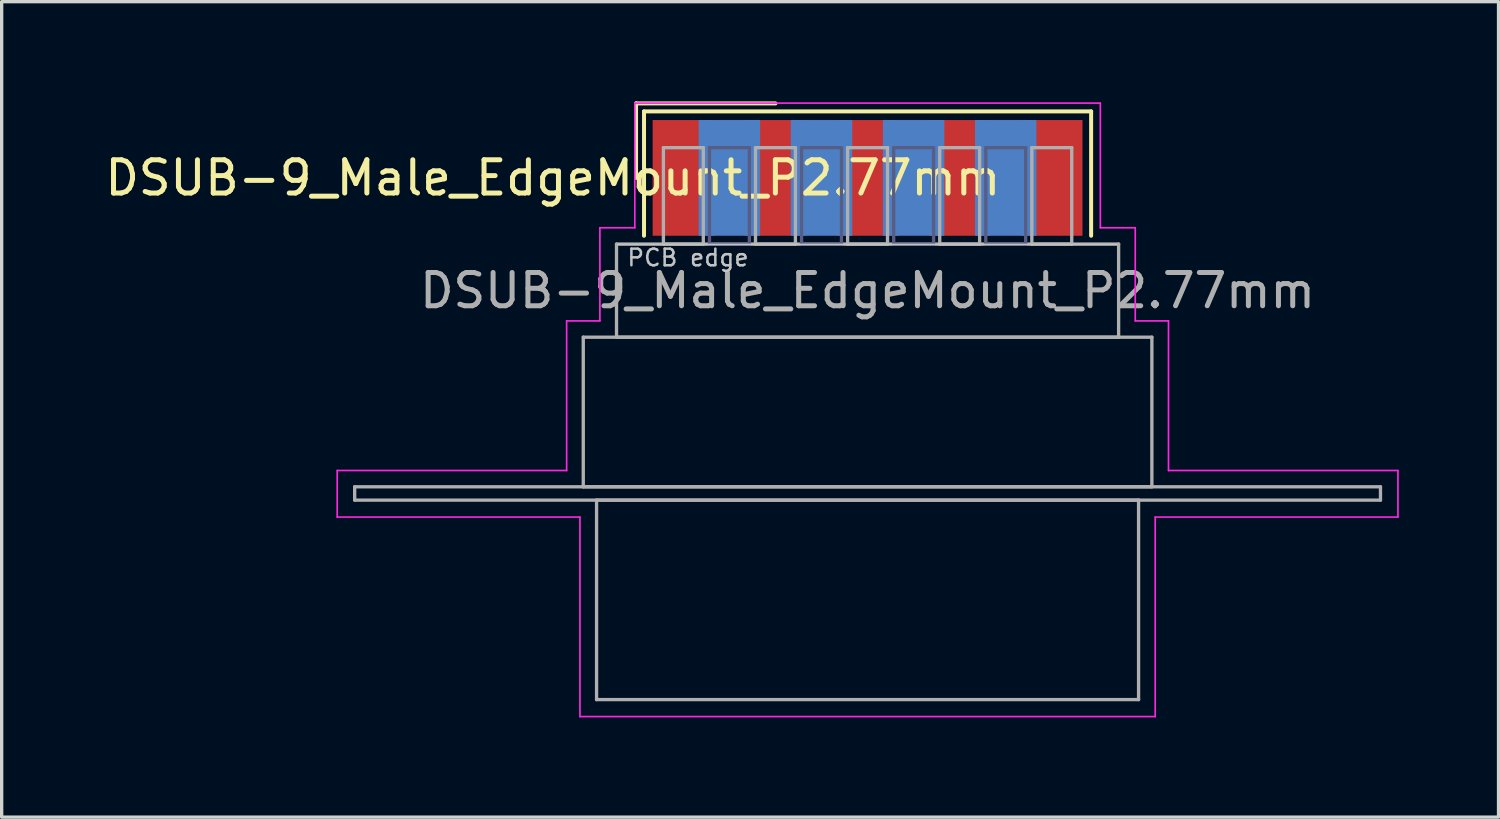
<source format=kicad_pcb>
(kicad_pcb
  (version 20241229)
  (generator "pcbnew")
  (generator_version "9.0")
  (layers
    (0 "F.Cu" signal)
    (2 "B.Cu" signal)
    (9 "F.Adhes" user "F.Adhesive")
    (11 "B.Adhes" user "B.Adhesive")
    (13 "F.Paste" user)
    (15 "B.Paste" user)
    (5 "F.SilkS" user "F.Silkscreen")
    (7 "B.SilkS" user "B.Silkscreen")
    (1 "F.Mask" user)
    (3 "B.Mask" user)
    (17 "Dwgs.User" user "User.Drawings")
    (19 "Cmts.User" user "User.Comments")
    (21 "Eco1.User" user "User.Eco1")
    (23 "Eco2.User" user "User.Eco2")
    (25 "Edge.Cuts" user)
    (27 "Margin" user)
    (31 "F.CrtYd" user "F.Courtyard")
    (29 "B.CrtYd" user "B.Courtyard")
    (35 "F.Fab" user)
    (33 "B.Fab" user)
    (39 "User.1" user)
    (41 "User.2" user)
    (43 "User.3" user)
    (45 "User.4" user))
  (footprint "DSUB-9_Male_EdgeMount_P2.77mm"
    (layer "F.Cu")
    (at 23.041 2.3)
    (property "Reference" "DSUB-9_Male_EdgeMount_P2.77mm" (at -9.463 0 0) (layer "F.SilkS") (effects (font (size 1 1) (thickness 0.15))))
    (attr smd)
    (fp_line (start -6.963 -2.24) (end -2.77 -2.24) (stroke (width 0.12) (type solid)) (layer "F.SilkS"))
    (fp_line (start -6.963 0) (end -6.963 -2.24) (stroke (width 0.12) (type solid)) (layer "F.SilkS"))
    (fp_line (start -6.723 -2) (end -6.723 1.74) (stroke (width 0.12) (type solid)) (layer "F.SilkS"))
    (fp_line (start 6.723 -2) (end -6.723 -2) (stroke (width 0.12) (type solid)) (layer "F.SilkS"))
    (fp_line (start 6.723 1.74) (end 6.723 -2) (stroke (width 0.12) (type solid)) (layer "F.SilkS"))
    (fp_line (start -7.5 2) (end 7.5 2) (stroke (width 0.05) (type solid)) (layer "Dwgs.User"))
    (fp_line (start -15.95 8.8) (end -9.05 8.8) (stroke (width 0.05) (type solid)) (layer "F.CrtYd"))
    (fp_line (start -15.95 10.2) (end -15.95 8.8) (stroke (width 0.05) (type solid)) (layer "F.CrtYd"))
    (fp_line (start -9.05 4.3) (end -8.05 4.3) (stroke (width 0.05) (type solid)) (layer "F.CrtYd"))
    (fp_line (start -9.05 8.8) (end -9.05 4.3) (stroke (width 0.05) (type solid)) (layer "F.CrtYd"))
    (fp_line (start -8.65 10.2) (end -15.95 10.2) (stroke (width 0.05) (type solid)) (layer "F.CrtYd"))
    (fp_line (start -8.65 16.2) (end -8.65 10.2) (stroke (width 0.05) (type solid)) (layer "F.CrtYd"))
    (fp_line (start -8.05 1.5) (end -7 1.5) (stroke (width 0.05) (type solid)) (layer "F.CrtYd"))
    (fp_line (start -8.05 4.3) (end -8.05 1.5) (stroke (width 0.05) (type solid)) (layer "F.CrtYd"))
    (fp_line (start -7 -2.25) (end 7 -2.25) (stroke (width 0.05) (type solid)) (layer "F.CrtYd"))
    (fp_line (start -7 1.5) (end -7 -2.25) (stroke (width 0.05) (type solid)) (layer "F.CrtYd"))
    (fp_line (start 7 -2.25) (end 7 1.5) (stroke (width 0.05) (type solid)) (layer "F.CrtYd"))
    (fp_line (start 7 1.5) (end 8.05 1.5) (stroke (width 0.05) (type solid)) (layer "F.CrtYd"))
    (fp_line (start 8.05 1.5) (end 8.05 4.3) (stroke (width 0.05) (type solid)) (layer "F.CrtYd"))
    (fp_line (start 8.05 4.3) (end 9.05 4.3) (stroke (width 0.05) (type solid)) (layer "F.CrtYd"))
    (fp_line (start 8.65 10.2) (end 8.65 16.2) (stroke (width 0.05) (type solid)) (layer "F.CrtYd"))
    (fp_line (start 8.65 16.2) (end -8.65 16.2) (stroke (width 0.05) (type solid)) (layer "F.CrtYd"))
    (fp_line (start 9.05 4.3) (end 9.05 8.8) (stroke (width 0.05) (type solid)) (layer "F.CrtYd"))
    (fp_line (start 9.05 8.8) (end 15.95 8.8) (stroke (width 0.05) (type solid)) (layer "F.CrtYd"))
    (fp_line (start 15.95 8.8) (end 15.95 10.2) (stroke (width 0.05) (type solid)) (layer "F.CrtYd"))
    (fp_line (start 15.95 10.2) (end 8.65 10.2) (stroke (width 0.05) (type solid)) (layer "F.CrtYd"))
    (fp_line (start -4.755 -0.91) (end -4.755 1.99) (stroke (width 0.1) (type solid)) (layer "B.Fab"))
    (fp_line (start -4.755 1.99) (end -3.555 1.99) (stroke (width 0.1) (type solid)) (layer "B.Fab"))
    (fp_line (start -3.555 -0.91) (end -4.755 -0.91) (stroke (width 0.1) (type solid)) (layer "B.Fab"))
    (fp_line (start -3.555 1.99) (end -3.555 -0.91) (stroke (width 0.1) (type solid)) (layer "B.Fab"))
    (fp_line (start -1.985 -0.91) (end -1.985 1.99) (stroke (width 0.1) (type solid)) (layer "B.Fab"))
    (fp_line (start -1.985 1.99) (end -0.785 1.99) (stroke (width 0.1) (type solid)) (layer "B.Fab"))
    (fp_line (start -0.785 -0.91) (end -1.985 -0.91) (stroke (width 0.1) (type solid)) (layer "B.Fab"))
    (fp_line (start -0.785 1.99) (end -0.785 -0.91) (stroke (width 0.1) (type solid)) (layer "B.Fab"))
    (fp_line (start 0.785 -0.91) (end 0.785 1.99) (stroke (width 0.1) (type solid)) (layer "B.Fab"))
    (fp_line (start 0.785 1.99) (end 1.985 1.99) (stroke (width 0.1) (type solid)) (layer "B.Fab"))
    (fp_line (start 1.985 -0.91) (end 0.785 -0.91) (stroke (width 0.1) (type solid)) (layer "B.Fab"))
    (fp_line (start 1.985 1.99) (end 1.985 -0.91) (stroke (width 0.1) (type solid)) (layer "B.Fab"))
    (fp_line (start 3.555 -0.91) (end 3.555 1.99) (stroke (width 0.1) (type solid)) (layer "B.Fab"))
    (fp_line (start 3.555 1.99) (end 4.755 1.99) (stroke (width 0.1) (type solid)) (layer "B.Fab"))
    (fp_line (start 4.755 -0.91) (end 3.555 -0.91) (stroke (width 0.1) (type solid)) (layer "B.Fab"))
    (fp_line (start 4.755 1.99) (end 4.755 -0.91) (stroke (width 0.1) (type solid)) (layer "B.Fab"))
    (fp_line (start -15.425 9.29) (end -15.425 9.69) (stroke (width 0.1) (type solid)) (layer "F.Fab"))
    (fp_line (start -15.425 9.69) (end 15.425 9.69) (stroke (width 0.1) (type solid)) (layer "F.Fab"))
    (fp_line (start -8.55 4.79) (end -8.55 9.29) (stroke (width 0.1) (type solid)) (layer "F.Fab"))
    (fp_line (start -8.55 9.29) (end 8.55 9.29) (stroke (width 0.1) (type solid)) (layer "F.Fab"))
    (fp_line (start -8.15 9.69) (end -8.15 15.69) (stroke (width 0.1) (type solid)) (layer "F.Fab"))
    (fp_line (start -8.15 15.69) (end 8.15 15.69) (stroke (width 0.1) (type solid)) (layer "F.Fab"))
    (fp_line (start -7.55 1.99) (end -7.55 4.79) (stroke (width 0.1) (type solid)) (layer "F.Fab"))
    (fp_line (start -7.55 4.79) (end 7.55 4.79) (stroke (width 0.1) (type solid)) (layer "F.Fab"))
    (fp_line (start -6.14 -0.91) (end -6.14 1.99) (stroke (width 0.1) (type solid)) (layer "F.Fab"))
    (fp_line (start -6.14 1.99) (end -4.94 1.99) (stroke (width 0.1) (type solid)) (layer "F.Fab"))
    (fp_line (start -4.94 -0.91) (end -6.14 -0.91) (stroke (width 0.1) (type solid)) (layer "F.Fab"))
    (fp_line (start -4.94 1.99) (end -4.94 -0.91) (stroke (width 0.1) (type solid)) (layer "F.Fab"))
    (fp_line (start -3.37 -0.91) (end -3.37 1.99) (stroke (width 0.1) (type solid)) (layer "F.Fab"))
    (fp_line (start -3.37 1.99) (end -2.17 1.99) (stroke (width 0.1) (type solid)) (layer "F.Fab"))
    (fp_line (start -2.17 -0.91) (end -3.37 -0.91) (stroke (width 0.1) (type solid)) (layer "F.Fab"))
    (fp_line (start -2.17 1.99) (end -2.17 -0.91) (stroke (width 0.1) (type solid)) (layer "F.Fab"))
    (fp_line (start -0.6 -0.91) (end -0.6 1.99) (stroke (width 0.1) (type solid)) (layer "F.Fab"))
    (fp_line (start -0.6 1.99) (end 0.6 1.99) (stroke (width 0.1) (type solid)) (layer "F.Fab"))
    (fp_line (start 0.6 -0.91) (end -0.6 -0.91) (stroke (width 0.1) (type solid)) (layer "F.Fab"))
    (fp_line (start 0.6 1.99) (end 0.6 -0.91) (stroke (width 0.1) (type solid)) (layer "F.Fab"))
    (fp_line (start 2.17 -0.91) (end 2.17 1.99) (stroke (width 0.1) (type solid)) (layer "F.Fab"))
    (fp_line (start 2.17 1.99) (end 3.37 1.99) (stroke (width 0.1) (type solid)) (layer "F.Fab"))
    (fp_line (start 3.37 -0.91) (end 2.17 -0.91) (stroke (width 0.1) (type solid)) (layer "F.Fab"))
    (fp_line (start 3.37 1.99) (end 3.37 -0.91) (stroke (width 0.1) (type solid)) (layer "F.Fab"))
    (fp_line (start 4.94 -0.91) (end 4.94 1.99) (stroke (width 0.1) (type solid)) (layer "F.Fab"))
    (fp_line (start 4.94 1.99) (end 6.14 1.99) (stroke (width 0.1) (type solid)) (layer "F.Fab"))
    (fp_line (start 6.14 -0.91) (end 4.94 -0.91) (stroke (width 0.1) (type solid)) (layer "F.Fab"))
    (fp_line (start 6.14 1.99) (end 6.14 -0.91) (stroke (width 0.1) (type solid)) (layer "F.Fab"))
    (fp_line (start 7.55 1.99) (end -7.55 1.99) (stroke (width 0.1) (type solid)) (layer "F.Fab"))
    (fp_line (start 7.55 4.79) (end 7.55 1.99) (stroke (width 0.1) (type solid)) (layer "F.Fab"))
    (fp_line (start 8.15 9.69) (end -8.15 9.69) (stroke (width 0.1) (type solid)) (layer "F.Fab"))
    (fp_line (start 8.15 15.69) (end 8.15 9.69) (stroke (width 0.1) (type solid)) (layer "F.Fab"))
    (fp_line (start 8.55 4.79) (end -8.55 4.79) (stroke (width 0.1) (type solid)) (layer "F.Fab"))
    (fp_line (start 8.55 9.29) (end 8.55 4.79) (stroke (width 0.1) (type solid)) (layer "F.Fab"))
    (fp_line (start 15.425 9.29) (end -15.425 9.29) (stroke (width 0.1) (type solid)) (layer "F.Fab"))
    (fp_line (start 15.425 9.69) (end 15.425 9.29) (stroke (width 0.1) (type solid)) (layer "F.Fab"))
    (fp_text user "PCB edge" (at -5.4 2.4 0) (layer "Dwgs.User") (effects (font (size 0.5 0.5) (thickness 0.075))))
    (fp_text user "${REFERENCE}" (at 0 3.39 0) (layer "F.Fab") (effects (font (size 1 1) (thickness 0.15))))
    (pad "1" smd rect (at -5.54 0) (size 1.847 3.48) (layers "F.Cu" "F.Mask" "F.Paste"))
    (pad "2" smd rect (at -2.77 0) (size 1.847 3.48) (layers "F.Cu" "F.Mask" "F.Paste"))
    (pad "3" smd rect (at 0 0) (size 1.847 3.48) (layers "F.Cu" "F.Mask" "F.Paste"))
    (pad "4" smd rect (at 2.77 0) (size 1.847 3.48) (layers "F.Cu" "F.Mask" "F.Paste"))
    (pad "5" smd rect (at 5.54 0) (size 1.847 3.48) (layers "F.Cu" "F.Mask" "F.Paste"))
    (pad "6" smd rect (at -4.155 0) (size 1.847 3.48) (layers "B.Cu" "B.Mask" "B.Paste"))
    (pad "7" smd rect (at -1.385 0) (size 1.847 3.48) (layers "B.Cu" "B.Mask" "B.Paste"))
    (pad "8" smd rect (at 1.385 0) (size 1.847 3.48) (layers "B.Cu" "B.Mask" "B.Paste"))
    (pad "9" smd rect (at 4.155 0) (size 1.847 3.48) (layers "B.Cu" "B.Mask" "B.Paste")))
  (gr_rect
    (start -3 -3)
    (end 42.016 21.525)
    (stroke (width 0.1) (type default))
    (fill no)
    (layer "Edge.Cuts")))
</source>
